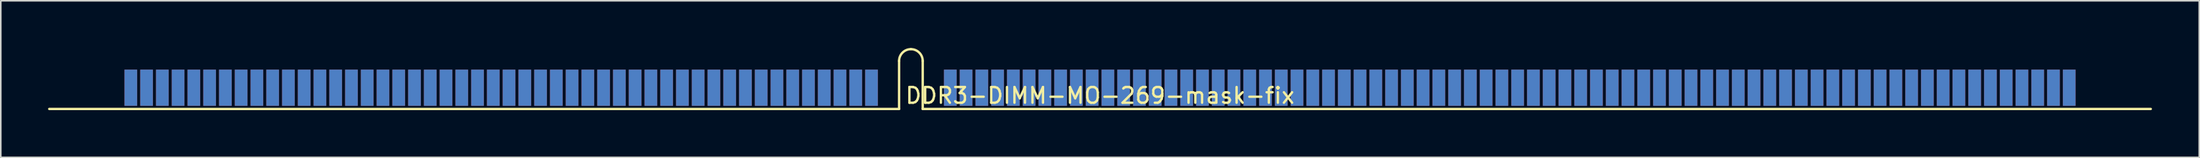
<source format=kicad_pcb>
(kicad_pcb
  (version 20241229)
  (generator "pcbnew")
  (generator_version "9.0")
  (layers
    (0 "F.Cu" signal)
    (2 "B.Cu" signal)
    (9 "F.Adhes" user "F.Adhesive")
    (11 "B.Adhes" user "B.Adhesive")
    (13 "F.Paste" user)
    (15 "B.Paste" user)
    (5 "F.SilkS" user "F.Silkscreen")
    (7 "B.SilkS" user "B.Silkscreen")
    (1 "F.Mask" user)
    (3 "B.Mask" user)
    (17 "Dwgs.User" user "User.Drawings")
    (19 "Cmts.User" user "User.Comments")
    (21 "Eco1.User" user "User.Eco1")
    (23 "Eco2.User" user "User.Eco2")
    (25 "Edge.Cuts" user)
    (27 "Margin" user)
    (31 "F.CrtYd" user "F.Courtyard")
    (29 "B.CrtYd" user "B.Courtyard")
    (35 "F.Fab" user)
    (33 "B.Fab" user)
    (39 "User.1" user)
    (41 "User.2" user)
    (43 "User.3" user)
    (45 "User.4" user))
  (footprint "DDR3-DIMM-MO-269-mask-fix"
    (layer "F.Cu")
    (at 66.75 2.525)
    (property "Reference" "DDR3-DIMM-MO-269-mask-fix" (at 0 0.5 0) (layer "F.SilkS") (effects (font (size 1 1) (thickness 0.15))))
    (attr through_hole)
    (fp_line (start -12.75 1.35) (end -66.675 1.35) (stroke (width 0.15) (type solid)) (layer "F.SilkS"))
    (fp_line (start -12.75 1.35) (end -12.75 -1.7) (stroke (width 0.15) (type solid)) (layer "F.SilkS"))
    (fp_line (start -11.25 1.35) (end -11.25 -1.7) (stroke (width 0.15) (type solid)) (layer "F.SilkS"))
    (fp_line (start -11.25 1.35) (end 0 1.35) (stroke (width 0.15) (type solid)) (layer "F.SilkS"))
    (fp_line (start 0 1.35) (end 66.675 1.35) (stroke (width 0.15) (type solid)) (layer "F.SilkS"))
    (fp_arc (start -12.75 -1.7) (mid -12.53033 -2.23033) (end -12 -2.45) (stroke (width 0.15) (type solid)) (layer "F.SilkS"))
    (fp_arc (start -12 -2.45) (mid -11.46967 -2.23033) (end -11.25 -1.7) (stroke (width 0.15) (type solid)) (layer "F.SilkS"))
    (pad "1" smd rect (at -61.5 0) (size 0.8 2.3) (layers "F.Cu" "F.Mask" "F.Paste"))
    (pad "2" smd rect (at -60.5 0) (size 0.8 2.3) (layers "F.Cu" "F.Mask" "F.Paste"))
    (pad "3" smd rect (at -59.5 0) (size 0.8 2.3) (layers "F.Cu" "F.Mask" "F.Paste"))
    (pad "4" smd rect (at -58.5 0) (size 0.8 2.3) (layers "F.Cu" "F.Mask" "F.Paste"))
    (pad "5" smd rect (at -57.5 0) (size 0.8 2.3) (layers "F.Cu" "F.Mask" "F.Paste"))
    (pad "6" smd rect (at -56.5 0) (size 0.8 2.3) (layers "F.Cu" "F.Mask" "F.Paste"))
    (pad "7" smd rect (at -55.5 0) (size 0.8 2.3) (layers "F.Cu" "F.Mask" "F.Paste"))
    (pad "8" smd rect (at -54.5 0) (size 0.8 2.3) (layers "F.Cu" "F.Mask" "F.Paste"))
    (pad "9" smd rect (at -53.5 0) (size 0.8 2.3) (layers "F.Cu" "F.Mask" "F.Paste"))
    (pad "10" smd rect (at -52.5 0) (size 0.8 2.3) (layers "F.Cu" "F.Mask" "F.Paste"))
    (pad "11" smd rect (at -51.5 0) (size 0.8 2.3) (layers "F.Cu" "F.Mask" "F.Paste"))
    (pad "12" smd rect (at -50.5 0) (size 0.8 2.3) (layers "F.Cu" "F.Mask" "F.Paste"))
    (pad "13" smd rect (at -49.5 0) (size 0.8 2.3) (layers "F.Cu" "F.Mask" "F.Paste"))
    (pad "14" smd rect (at -48.5 0) (size 0.8 2.3) (layers "F.Cu" "F.Mask" "F.Paste"))
    (pad "15" smd rect (at -47.5 0) (size 0.8 2.3) (layers "F.Cu" "F.Mask" "F.Paste"))
    (pad "16" smd rect (at -46.5 0) (size 0.8 2.3) (layers "F.Cu" "F.Mask" "F.Paste"))
    (pad "17" smd rect (at -45.5 0) (size 0.8 2.3) (layers "F.Cu" "F.Mask" "F.Paste"))
    (pad "18" smd rect (at -44.5 0) (size 0.8 2.3) (layers "F.Cu" "F.Mask" "F.Paste"))
    (pad "19" smd rect (at -43.5 0) (size 0.8 2.3) (layers "F.Cu" "F.Mask" "F.Paste"))
    (pad "20" smd rect (at -42.5 0) (size 0.8 2.3) (layers "F.Cu" "F.Mask" "F.Paste"))
    (pad "21" smd rect (at -41.5 0) (size 0.8 2.3) (layers "F.Cu" "F.Mask" "F.Paste"))
    (pad "22" smd rect (at -40.5 0) (size 0.8 2.3) (layers "F.Cu" "F.Mask" "F.Paste"))
    (pad "23" smd rect (at -39.5 0) (size 0.8 2.3) (layers "F.Cu" "F.Mask" "F.Paste"))
    (pad "24" smd rect (at -38.5 0) (size 0.8 2.3) (layers "F.Cu" "F.Mask" "F.Paste"))
    (pad "25" smd rect (at -37.5 0) (size 0.8 2.3) (layers "F.Cu" "F.Mask" "F.Paste"))
    (pad "26" smd rect (at -36.5 0) (size 0.8 2.3) (layers "F.Cu" "F.Mask" "F.Paste"))
    (pad "27" smd rect (at -35.5 0) (size 0.8 2.3) (layers "F.Cu" "F.Mask" "F.Paste"))
    (pad "28" smd rect (at -34.5 0) (size 0.8 2.3) (layers "F.Cu" "F.Mask" "F.Paste"))
    (pad "29" smd rect (at -33.5 0) (size 0.8 2.3) (layers "F.Cu" "F.Mask" "F.Paste"))
    (pad "30" smd rect (at -32.5 0) (size 0.8 2.3) (layers "F.Cu" "F.Mask" "F.Paste"))
    (pad "31" smd rect (at -31.5 0) (size 0.8 2.3) (layers "F.Cu" "F.Mask" "F.Paste"))
    (pad "32" smd rect (at -30.5 0) (size 0.8 2.3) (layers "F.Cu" "F.Mask" "F.Paste"))
    (pad "33" smd rect (at -29.5 0) (size 0.8 2.3) (layers "F.Cu" "F.Mask" "F.Paste"))
    (pad "34" smd rect (at -28.5 0) (size 0.8 2.3) (layers "F.Cu" "F.Mask" "F.Paste"))
    (pad "35" smd rect (at -27.5 0) (size 0.8 2.3) (layers "F.Cu" "F.Mask" "F.Paste"))
    (pad "36" smd rect (at -26.5 0) (size 0.8 2.3) (layers "F.Cu" "F.Mask" "F.Paste"))
    (pad "37" smd rect (at -25.5 0) (size 0.8 2.3) (layers "F.Cu" "F.Mask" "F.Paste"))
    (pad "38" smd rect (at -24.5 0) (size 0.8 2.3) (layers "F.Cu" "F.Mask" "F.Paste"))
    (pad "39" smd rect (at -23.5 0) (size 0.8 2.3) (layers "F.Cu" "F.Mask" "F.Paste"))
    (pad "40" smd rect (at -22.5 0) (size 0.8 2.3) (layers "F.Cu" "F.Mask" "F.Paste"))
    (pad "41" smd rect (at -21.5 0) (size 0.8 2.3) (layers "F.Cu" "F.Mask" "F.Paste"))
    (pad "42" smd rect (at -20.5 0) (size 0.8 2.3) (layers "F.Cu" "F.Mask" "F.Paste"))
    (pad "43" smd rect (at -19.5 0) (size 0.8 2.3) (layers "F.Cu" "F.Mask" "F.Paste"))
    (pad "44" smd rect (at -18.5 0) (size 0.8 2.3) (layers "F.Cu" "F.Mask" "F.Paste"))
    (pad "45" smd rect (at -17.5 0) (size 0.8 2.3) (layers "F.Cu" "F.Mask" "F.Paste"))
    (pad "46" smd rect (at -16.5 0) (size 0.8 2.3) (layers "F.Cu" "F.Mask" "F.Paste"))
    (pad "47" smd rect (at -15.5 0) (size 0.8 2.3) (layers "F.Cu" "F.Mask" "F.Paste"))
    (pad "48" smd rect (at -14.5 0) (size 0.8 2.3) (layers "F.Cu" "F.Mask" "F.Paste"))
    (pad "49" smd rect (at -9.5 0) (size 0.8 2.3) (layers "F.Cu" "F.Mask" "F.Paste"))
    (pad "50" smd rect (at -8.5 0) (size 0.8 2.3) (layers "F.Cu" "F.Mask" "F.Paste"))
    (pad "51" smd rect (at -7.5 0) (size 0.8 2.3) (layers "F.Cu" "F.Mask" "F.Paste"))
    (pad "52" smd rect (at -6.5 0) (size 0.8 2.3) (layers "F.Cu" "F.Mask" "F.Paste"))
    (pad "53" smd rect (at -5.5 0) (size 0.8 2.3) (layers "F.Cu" "F.Mask" "F.Paste"))
    (pad "54" smd rect (at -4.5 0) (size 0.8 2.3) (layers "F.Cu" "F.Mask" "F.Paste"))
    (pad "55" smd rect (at -3.5 0) (size 0.8 2.3) (layers "F.Cu" "F.Mask" "F.Paste"))
    (pad "56" smd rect (at -2.5 0) (size 0.8 2.3) (layers "F.Cu" "F.Mask" "F.Paste"))
    (pad "57" smd rect (at -1.5 0) (size 0.8 2.3) (layers "F.Cu" "F.Mask" "F.Paste"))
    (pad "58" smd rect (at -0.5 0) (size 0.8 2.3) (layers "F.Cu" "F.Mask" "F.Paste"))
    (pad "59" smd rect (at 0.5 0) (size 0.8 2.3) (layers "F.Cu" "F.Mask" "F.Paste"))
    (pad "60" smd rect (at 1.5 0) (size 0.8 2.3) (layers "F.Cu" "F.Mask" "F.Paste"))
    (pad "61" smd rect (at 2.5 0) (size 0.8 2.3) (layers "F.Cu" "F.Mask" "F.Paste"))
    (pad "62" smd rect (at 3.5 0) (size 0.8 2.3) (layers "F.Cu" "F.Mask" "F.Paste"))
    (pad "63" smd rect (at 4.5 0) (size 0.8 2.3) (layers "F.Cu" "F.Mask" "F.Paste"))
    (pad "64" smd rect (at 5.5 0) (size 0.8 2.3) (layers "F.Cu" "F.Mask" "F.Paste"))
    (pad "65" smd rect (at 6.5 0) (size 0.8 2.3) (layers "F.Cu" "F.Mask" "F.Paste"))
    (pad "66" smd rect (at 7.5 0) (size 0.8 2.3) (layers "F.Cu" "F.Mask" "F.Paste"))
    (pad "67" smd rect (at 8.5 0) (size 0.8 2.3) (layers "F.Cu" "F.Mask" "F.Paste"))
    (pad "68" smd rect (at 9.5 0) (size 0.8 2.3) (layers "F.Cu" "F.Mask" "F.Paste"))
    (pad "69" smd rect (at 10.5 0) (size 0.8 2.3) (layers "F.Cu" "F.Mask" "F.Paste"))
    (pad "70" smd rect (at 11.5 0) (size 0.8 2.3) (layers "F.Cu" "F.Mask" "F.Paste"))
    (pad "71" smd rect (at 12.5 0) (size 0.8 2.3) (layers "F.Cu" "F.Mask" "F.Paste"))
    (pad "72" smd rect (at 13.5 0) (size 0.8 2.3) (layers "F.Cu" "F.Mask" "F.Paste"))
    (pad "73" smd rect (at 14.5 0) (size 0.8 2.3) (layers "F.Cu" "F.Mask" "F.Paste"))
    (pad "74" smd rect (at 15.5 0) (size 0.8 2.3) (layers "F.Cu" "F.Mask" "F.Paste"))
    (pad "75" smd rect (at 16.5 0) (size 0.8 2.3) (layers "F.Cu" "F.Mask" "F.Paste"))
    (pad "76" smd rect (at 17.5 0) (size 0.8 2.3) (layers "F.Cu" "F.Mask" "F.Paste"))
    (pad "77" smd rect (at 18.5 0) (size 0.8 2.3) (layers "F.Cu" "F.Mask" "F.Paste"))
    (pad "78" smd rect (at 19.5 0) (size 0.8 2.3) (layers "F.Cu" "F.Mask" "F.Paste"))
    (pad "79" smd rect (at 20.5 0) (size 0.8 2.3) (layers "F.Cu" "F.Mask" "F.Paste"))
    (pad "80" smd rect (at 21.5 0) (size 0.8 2.3) (layers "F.Cu" "F.Mask" "F.Paste"))
    (pad "81" smd rect (at 22.5 0) (size 0.8 2.3) (layers "F.Cu" "F.Mask" "F.Paste"))
    (pad "82" smd rect (at 23.5 0) (size 0.8 2.3) (layers "F.Cu" "F.Mask" "F.Paste"))
    (pad "83" smd rect (at 24.5 0) (size 0.8 2.3) (layers "F.Cu" "F.Mask" "F.Paste"))
    (pad "84" smd rect (at 25.5 0) (size 0.8 2.3) (layers "F.Cu" "F.Mask" "F.Paste"))
    (pad "85" smd rect (at 26.5 0) (size 0.8 2.3) (layers "F.Cu" "F.Mask" "F.Paste"))
    (pad "86" smd rect (at 27.5 0) (size 0.8 2.3) (layers "F.Cu" "F.Mask" "F.Paste"))
    (pad "87" smd rect (at 28.5 0) (size 0.8 2.3) (layers "F.Cu" "F.Mask" "F.Paste"))
    (pad "88" smd rect (at 29.5 0) (size 0.8 2.3) (layers "F.Cu" "F.Mask" "F.Paste"))
    (pad "89" smd rect (at 30.5 0) (size 0.8 2.3) (layers "F.Cu" "F.Mask" "F.Paste"))
    (pad "90" smd rect (at 31.5 0) (size 0.8 2.3) (layers "F.Cu" "F.Mask" "F.Paste"))
    (pad "91" smd rect (at 32.5 0) (size 0.8 2.3) (layers "F.Cu" "F.Mask" "F.Paste"))
    (pad "92" smd rect (at 33.5 0) (size 0.8 2.3) (layers "F.Cu" "F.Mask" "F.Paste"))
    (pad "93" smd rect (at 34.5 0) (size 0.8 2.3) (layers "F.Cu" "F.Mask" "F.Paste"))
    (pad "94" smd rect (at 35.5 0) (size 0.8 2.3) (layers "F.Cu" "F.Mask" "F.Paste"))
    (pad "95" smd rect (at 36.5 0) (size 0.8 2.3) (layers "F.Cu" "F.Mask" "F.Paste"))
    (pad "96" smd rect (at 37.5 0) (size 0.8 2.3) (layers "F.Cu" "F.Mask" "F.Paste"))
    (pad "97" smd rect (at 38.5 0) (size 0.8 2.3) (layers "F.Cu" "F.Mask" "F.Paste"))
    (pad "98" smd rect (at 39.5 0) (size 0.8 2.3) (layers "F.Cu" "F.Mask" "F.Paste"))
    (pad "99" smd rect (at 40.5 0) (size 0.8 2.3) (layers "F.Cu" "F.Mask" "F.Paste"))
    (pad "100" smd rect (at 41.5 0) (size 0.8 2.3) (layers "F.Cu" "F.Mask" "F.Paste"))
    (pad "101" smd rect (at 42.5 0) (size 0.8 2.3) (layers "F.Cu" "F.Mask" "F.Paste"))
    (pad "102" smd rect (at 43.5 0) (size 0.8 2.3) (layers "F.Cu" "F.Mask" "F.Paste"))
    (pad "103" smd rect (at 44.5 0) (size 0.8 2.3) (layers "F.Cu" "F.Mask" "F.Paste"))
    (pad "104" smd rect (at 45.5 0) (size 0.8 2.3) (layers "F.Cu" "F.Mask" "F.Paste"))
    (pad "105" smd rect (at 46.5 0) (size 0.8 2.3) (layers "F.Cu" "F.Mask" "F.Paste"))
    (pad "106" smd rect (at 47.5 0) (size 0.8 2.3) (layers "F.Cu" "F.Mask" "F.Paste"))
    (pad "107" smd rect (at 48.5 0) (size 0.8 2.3) (layers "F.Cu" "F.Mask" "F.Paste"))
    (pad "108" smd rect (at 49.5 0) (size 0.8 2.3) (layers "F.Cu" "F.Mask" "F.Paste"))
    (pad "109" smd rect (at 50.5 0) (size 0.8 2.3) (layers "F.Cu" "F.Mask" "F.Paste"))
    (pad "110" smd rect (at 51.5 0) (size 0.8 2.3) (layers "F.Cu" "F.Mask" "F.Paste"))
    (pad "111" smd rect (at 52.5 0) (size 0.8 2.3) (layers "F.Cu" "F.Mask" "F.Paste"))
    (pad "112" smd rect (at 53.5 0) (size 0.8 2.3) (layers "F.Cu" "F.Mask" "F.Paste"))
    (pad "113" smd rect (at 54.5 0) (size 0.8 2.3) (layers "F.Cu" "F.Mask" "F.Paste"))
    (pad "114" smd rect (at 55.5 0) (size 0.8 2.3) (layers "F.Cu" "F.Mask" "F.Paste"))
    (pad "115" smd rect (at 56.5 0) (size 0.8 2.3) (layers "F.Cu" "F.Mask" "F.Paste"))
    (pad "116" smd rect (at 57.5 0) (size 0.8 2.3) (layers "F.Cu" "F.Mask" "F.Paste"))
    (pad "117" smd rect (at 58.5 0) (size 0.8 2.3) (layers "F.Cu" "F.Mask" "F.Paste"))
    (pad "118" smd rect (at 59.5 0) (size 0.8 2.3) (layers "F.Cu" "F.Mask" "F.Paste"))
    (pad "119" smd rect (at 60.5 0) (size 0.8 2.3) (layers "F.Cu" "F.Mask" "F.Paste"))
    (pad "120" smd rect (at 61.5 0) (size 0.8 2.3) (layers "F.Cu" "F.Mask" "F.Paste"))
    (pad "121" smd rect (at -61.5 0) (size 0.8 2.3) (layers "B.Cu" "B.Mask" "F.Paste"))
    (pad "122" smd rect (at -60.5 0) (size 0.8 2.3) (layers "B.Cu" "B.Mask" "F.Paste"))
    (pad "123" smd rect (at -59.5 0) (size 0.8 2.3) (layers "B.Cu" "B.Mask" "F.Paste"))
    (pad "124" smd rect (at -58.5 0) (size 0.8 2.3) (layers "B.Cu" "B.Mask" "F.Paste"))
    (pad "125" smd rect (at -57.5 0) (size 0.8 2.3) (layers "B.Cu" "B.Mask" "F.Paste"))
    (pad "126" smd rect (at -56.5 0) (size 0.8 2.3) (layers "B.Cu" "B.Mask" "F.Paste"))
    (pad "127" smd rect (at -55.5 0) (size 0.8 2.3) (layers "B.Cu" "B.Mask" "F.Paste"))
    (pad "128" smd rect (at -54.5 0) (size 0.8 2.3) (layers "B.Cu" "B.Mask" "F.Paste"))
    (pad "129" smd rect (at -53.5 0) (size 0.8 2.3) (layers "B.Cu" "B.Mask" "F.Paste"))
    (pad "130" smd rect (at -52.5 0) (size 0.8 2.3) (layers "B.Cu" "B.Mask" "F.Paste"))
    (pad "131" smd rect (at -51.5 0) (size 0.8 2.3) (layers "B.Cu" "B.Mask" "F.Paste"))
    (pad "132" smd rect (at -50.5 0) (size 0.8 2.3) (layers "B.Cu" "B.Mask" "F.Paste"))
    (pad "133" smd rect (at -49.5 0) (size 0.8 2.3) (layers "B.Cu" "B.Mask" "F.Paste"))
    (pad "134" smd rect (at -48.5 0) (size 0.8 2.3) (layers "B.Cu" "B.Mask" "F.Paste"))
    (pad "135" smd rect (at -47.5 0) (size 0.8 2.3) (layers "B.Cu" "B.Mask" "F.Paste"))
    (pad "136" smd rect (at -46.5 0) (size 0.8 2.3) (layers "B.Cu" "B.Mask" "F.Paste"))
    (pad "137" smd rect (at -45.5 0) (size 0.8 2.3) (layers "B.Cu" "B.Mask" "F.Paste"))
    (pad "138" smd rect (at -44.5 0) (size 0.8 2.3) (layers "B.Cu" "B.Mask" "F.Paste"))
    (pad "139" smd rect (at -43.5 0) (size 0.8 2.3) (layers "B.Cu" "B.Mask" "F.Paste"))
    (pad "140" smd rect (at -42.5 0) (size 0.8 2.3) (layers "B.Cu" "B.Mask" "F.Paste"))
    (pad "141" smd rect (at -41.5 0) (size 0.8 2.3) (layers "B.Cu" "B.Mask" "F.Paste"))
    (pad "142" smd rect (at -40.5 0) (size 0.8 2.3) (layers "B.Cu" "B.Mask" "F.Paste"))
    (pad "143" smd rect (at -39.5 0) (size 0.8 2.3) (layers "B.Cu" "B.Mask" "F.Paste"))
    (pad "144" smd rect (at -38.5 0) (size 0.8 2.3) (layers "B.Cu" "B.Mask" "F.Paste"))
    (pad "145" smd rect (at -37.5 0) (size 0.8 2.3) (layers "B.Cu" "B.Mask" "F.Paste"))
    (pad "146" smd rect (at -36.5 0) (size 0.8 2.3) (layers "B.Cu" "B.Mask" "F.Paste"))
    (pad "147" smd rect (at -35.5 0) (size 0.8 2.3) (layers "B.Cu" "B.Mask" "F.Paste"))
    (pad "148" smd rect (at -34.5 0) (size 0.8 2.3) (layers "B.Cu" "B.Mask" "F.Paste"))
    (pad "149" smd rect (at -33.5 0) (size 0.8 2.3) (layers "B.Cu" "B.Mask" "F.Paste"))
    (pad "150" smd rect (at -32.5 0) (size 0.8 2.3) (layers "B.Cu" "B.Mask" "F.Paste"))
    (pad "151" smd rect (at -31.5 0) (size 0.8 2.3) (layers "B.Cu" "B.Mask" "F.Paste"))
    (pad "152" smd rect (at -30.5 0) (size 0.8 2.3) (layers "B.Cu" "B.Mask" "F.Paste"))
    (pad "153" smd rect (at -29.5 0) (size 0.8 2.3) (layers "B.Cu" "B.Mask" "F.Paste"))
    (pad "154" smd rect (at -28.5 0) (size 0.8 2.3) (layers "B.Cu" "B.Mask" "F.Paste"))
    (pad "155" smd rect (at -27.5 0) (size 0.8 2.3) (layers "B.Cu" "B.Mask" "F.Paste"))
    (pad "156" smd rect (at -26.5 0) (size 0.8 2.3) (layers "B.Cu" "B.Mask" "F.Paste"))
    (pad "157" smd rect (at -25.5 0) (size 0.8 2.3) (layers "B.Cu" "B.Mask" "F.Paste"))
    (pad "158" smd rect (at -24.5 0) (size 0.8 2.3) (layers "B.Cu" "B.Mask" "F.Paste"))
    (pad "159" smd rect (at -23.5 0) (size 0.8 2.3) (layers "B.Cu" "B.Mask" "F.Paste"))
    (pad "160" smd rect (at -22.5 0) (size 0.8 2.3) (layers "B.Cu" "B.Mask" "F.Paste"))
    (pad "161" smd rect (at -21.5 0) (size 0.8 2.3) (layers "B.Cu" "B.Mask" "F.Paste"))
    (pad "162" smd rect (at -20.5 0) (size 0.8 2.3) (layers "B.Cu" "B.Mask" "F.Paste"))
    (pad "163" smd rect (at -19.5 0) (size 0.8 2.3) (layers "B.Cu" "B.Mask" "F.Paste"))
    (pad "164" smd rect (at -18.5 0) (size 0.8 2.3) (layers "B.Cu" "B.Mask" "F.Paste"))
    (pad "165" smd rect (at -17.5 0) (size 0.8 2.3) (layers "B.Cu" "B.Mask" "F.Paste"))
    (pad "166" smd rect (at -16.5 0) (size 0.8 2.3) (layers "B.Cu" "B.Mask" "F.Paste"))
    (pad "167" smd rect (at -15.5 0) (size 0.8 2.3) (layers "B.Cu" "B.Mask" "F.Paste"))
    (pad "168" smd rect (at -14.5 0) (size 0.8 2.3) (layers "B.Cu" "B.Mask" "F.Paste"))
    (pad "169" smd rect (at -9.5 0) (size 0.8 2.3) (layers "B.Cu" "B.Mask" "F.Paste"))
    (pad "170" smd rect (at -8.5 0) (size 0.8 2.3) (layers "B.Cu" "B.Mask" "F.Paste"))
    (pad "171" smd rect (at -7.5 0) (size 0.8 2.3) (layers "B.Cu" "B.Mask" "F.Paste"))
    (pad "172" smd rect (at -6.5 0) (size 0.8 2.3) (layers "B.Cu" "B.Mask" "F.Paste"))
    (pad "173" smd rect (at -5.5 0) (size 0.8 2.3) (layers "B.Cu" "B.Mask" "F.Paste"))
    (pad "174" smd rect (at -4.5 0) (size 0.8 2.3) (layers "B.Cu" "B.Mask" "F.Paste"))
    (pad "175" smd rect (at -3.5 0) (size 0.8 2.3) (layers "B.Cu" "B.Mask" "F.Paste"))
    (pad "176" smd rect (at -2.5 0) (size 0.8 2.3) (layers "B.Cu" "B.Mask" "F.Paste"))
    (pad "177" smd rect (at -1.5 0) (size 0.8 2.3) (layers "B.Cu" "B.Mask" "F.Paste"))
    (pad "178" smd rect (at -0.5 0) (size 0.8 2.3) (layers "B.Cu" "B.Mask" "F.Paste"))
    (pad "179" smd rect (at 0.5 0) (size 0.8 2.3) (layers "B.Cu" "B.Mask" "F.Paste"))
    (pad "180" smd rect (at 1.5 0) (size 0.8 2.3) (layers "B.Cu" "B.Mask" "F.Paste"))
    (pad "181" smd rect (at 2.5 0) (size 0.8 2.3) (layers "B.Cu" "B.Mask" "F.Paste"))
    (pad "182" smd rect (at 3.5 0) (size 0.8 2.3) (layers "B.Cu" "B.Mask" "F.Paste"))
    (pad "183" smd rect (at 4.5 0) (size 0.8 2.3) (layers "B.Cu" "B.Mask" "F.Paste"))
    (pad "184" smd rect (at 5.5 0) (size 0.8 2.3) (layers "B.Cu" "B.Mask" "F.Paste"))
    (pad "185" smd rect (at 6.5 0) (size 0.8 2.3) (layers "B.Cu" "B.Mask" "F.Paste"))
    (pad "186" smd rect (at 7.5 0) (size 0.8 2.3) (layers "B.Cu" "B.Mask" "F.Paste"))
    (pad "187" smd rect (at 8.5 0) (size 0.8 2.3) (layers "B.Cu" "B.Mask" "F.Paste"))
    (pad "188" smd rect (at 9.5 0) (size 0.8 2.3) (layers "B.Cu" "B.Mask" "F.Paste"))
    (pad "189" smd rect (at 10.5 0) (size 0.8 2.3) (layers "B.Cu" "B.Mask" "F.Paste"))
    (pad "190" smd rect (at 11.5 0) (size 0.8 2.3) (layers "B.Cu" "B.Mask" "F.Paste"))
    (pad "191" smd rect (at 12.5 0) (size 0.8 2.3) (layers "B.Cu" "B.Mask" "F.Paste"))
    (pad "192" smd rect (at 13.5 0) (size 0.8 2.3) (layers "B.Cu" "B.Mask" "F.Paste"))
    (pad "193" smd rect (at 14.5 0) (size 0.8 2.3) (layers "B.Cu" "B.Mask" "F.Paste"))
    (pad "194" smd rect (at 15.5 0) (size 0.8 2.3) (layers "B.Cu" "B.Mask" "F.Paste"))
    (pad "195" smd rect (at 16.5 0) (size 0.8 2.3) (layers "B.Cu" "B.Mask" "F.Paste"))
    (pad "196" smd rect (at 17.5 0) (size 0.8 2.3) (layers "B.Cu" "B.Mask" "F.Paste"))
    (pad "197" smd rect (at 18.5 0) (size 0.8 2.3) (layers "B.Cu" "B.Mask" "F.Paste"))
    (pad "198" smd rect (at 19.5 0) (size 0.8 2.3) (layers "B.Cu" "B.Mask" "F.Paste"))
    (pad "199" smd rect (at 20.5 0) (size 0.8 2.3) (layers "B.Cu" "B.Mask" "F.Paste"))
    (pad "200" smd rect (at 21.5 0) (size 0.8 2.3) (layers "B.Cu" "B.Mask" "F.Paste"))
    (pad "201" smd rect (at 22.5 0) (size 0.8 2.3) (layers "B.Cu" "B.Mask" "F.Paste"))
    (pad "202" smd rect (at 23.5 0) (size 0.8 2.3) (layers "B.Cu" "B.Mask" "F.Paste"))
    (pad "203" smd rect (at 24.5 0) (size 0.8 2.3) (layers "B.Cu" "B.Mask" "F.Paste"))
    (pad "204" smd rect (at 25.5 0) (size 0.8 2.3) (layers "B.Cu" "B.Mask" "F.Paste"))
    (pad "205" smd rect (at 26.5 0) (size 0.8 2.3) (layers "B.Cu" "B.Mask" "F.Paste"))
    (pad "206" smd rect (at 27.5 0) (size 0.8 2.3) (layers "B.Cu" "B.Mask" "F.Paste"))
    (pad "207" smd rect (at 28.5 0) (size 0.8 2.3) (layers "B.Cu" "B.Mask" "F.Paste"))
    (pad "208" smd rect (at 29.5 0) (size 0.8 2.3) (layers "B.Cu" "B.Mask" "F.Paste"))
    (pad "209" smd rect (at 30.5 0) (size 0.8 2.3) (layers "B.Cu" "B.Mask" "F.Paste"))
    (pad "210" smd rect (at 31.5 0) (size 0.8 2.3) (layers "B.Cu" "B.Mask" "F.Paste"))
    (pad "211" smd rect (at 32.5 0) (size 0.8 2.3) (layers "B.Cu" "B.Mask" "F.Paste"))
    (pad "212" smd rect (at 33.5 0) (size 0.8 2.3) (layers "B.Cu" "B.Mask" "F.Paste"))
    (pad "213" smd rect (at 34.5 0) (size 0.8 2.3) (layers "B.Cu" "B.Mask" "F.Paste"))
    (pad "214" smd rect (at 35.5 0) (size 0.8 2.3) (layers "B.Cu" "B.Mask" "F.Paste"))
    (pad "215" smd rect (at 36.5 0) (size 0.8 2.3) (layers "B.Cu" "B.Mask" "F.Paste"))
    (pad "216" smd rect (at 37.5 0) (size 0.8 2.3) (layers "B.Cu" "B.Mask" "F.Paste"))
    (pad "217" smd rect (at 38.5 0) (size 0.8 2.3) (layers "B.Cu" "B.Mask" "F.Paste"))
    (pad "218" smd rect (at 39.5 0) (size 0.8 2.3) (layers "B.Cu" "B.Mask" "F.Paste"))
    (pad "219" smd rect (at 40.5 0) (size 0.8 2.3) (layers "B.Cu" "B.Mask" "F.Paste"))
    (pad "220" smd rect (at 41.5 0) (size 0.8 2.3) (layers "B.Cu" "B.Mask" "F.Paste"))
    (pad "221" smd rect (at 42.5 0) (size 0.8 2.3) (layers "B.Cu" "B.Mask" "F.Paste"))
    (pad "222" smd rect (at 43.5 0) (size 0.8 2.3) (layers "B.Cu" "B.Mask" "F.Paste"))
    (pad "223" smd rect (at 44.5 0) (size 0.8 2.3) (layers "B.Cu" "B.Mask" "F.Paste"))
    (pad "224" smd rect (at 45.5 0) (size 0.8 2.3) (layers "B.Cu" "B.Mask" "F.Paste"))
    (pad "225" smd rect (at 46.5 0) (size 0.8 2.3) (layers "B.Cu" "B.Mask" "F.Paste"))
    (pad "226" smd rect (at 47.5 0) (size 0.8 2.3) (layers "B.Cu" "B.Mask" "F.Paste"))
    (pad "227" smd rect (at 48.5 0) (size 0.8 2.3) (layers "B.Cu" "B.Mask" "F.Paste"))
    (pad "228" smd rect (at 49.5 0) (size 0.8 2.3) (layers "B.Cu" "B.Mask" "F.Paste"))
    (pad "229" smd rect (at 50.5 0) (size 0.8 2.3) (layers "B.Cu" "B.Mask" "F.Paste"))
    (pad "230" smd rect (at 51.5 0) (size 0.8 2.3) (layers "B.Cu" "B.Mask" "F.Paste"))
    (pad "231" smd rect (at 52.5 0) (size 0.8 2.3) (layers "B.Cu" "B.Mask" "F.Paste"))
    (pad "232" smd rect (at 53.5 0) (size 0.8 2.3) (layers "B.Cu" "B.Mask" "F.Paste"))
    (pad "233" smd rect (at 54.5 0) (size 0.8 2.3) (layers "B.Cu" "B.Mask" "F.Paste"))
    (pad "234" smd rect (at 55.5 0) (size 0.8 2.3) (layers "B.Cu" "B.Mask" "F.Paste"))
    (pad "235" smd rect (at 56.5 0) (size 0.8 2.3) (layers "B.Cu" "B.Mask" "F.Paste"))
    (pad "236" smd rect (at 57.5 0) (size 0.8 2.3) (layers "B.Cu" "B.Mask" "F.Paste"))
    (pad "237" smd rect (at 58.5 0) (size 0.8 2.3) (layers "B.Cu" "B.Mask" "F.Paste"))
    (pad "238" smd rect (at 59.5 0) (size 0.8 2.3) (layers "B.Cu" "B.Mask" "F.Paste"))
    (pad "239" smd rect (at 60.5 0) (size 0.8 2.3) (layers "B.Cu" "B.Mask" "F.Paste"))
    (pad "240" smd rect (at 61.5 0) (size 0.8 2.3) (layers "B.Cu" "B.Mask" "F.Paste")))
  (gr_rect
    (start -3 -3)
    (end 136.5 6.95)
    (stroke (width 0.1) (type default))
    (fill no)
    (layer "Edge.Cuts")))
</source>
